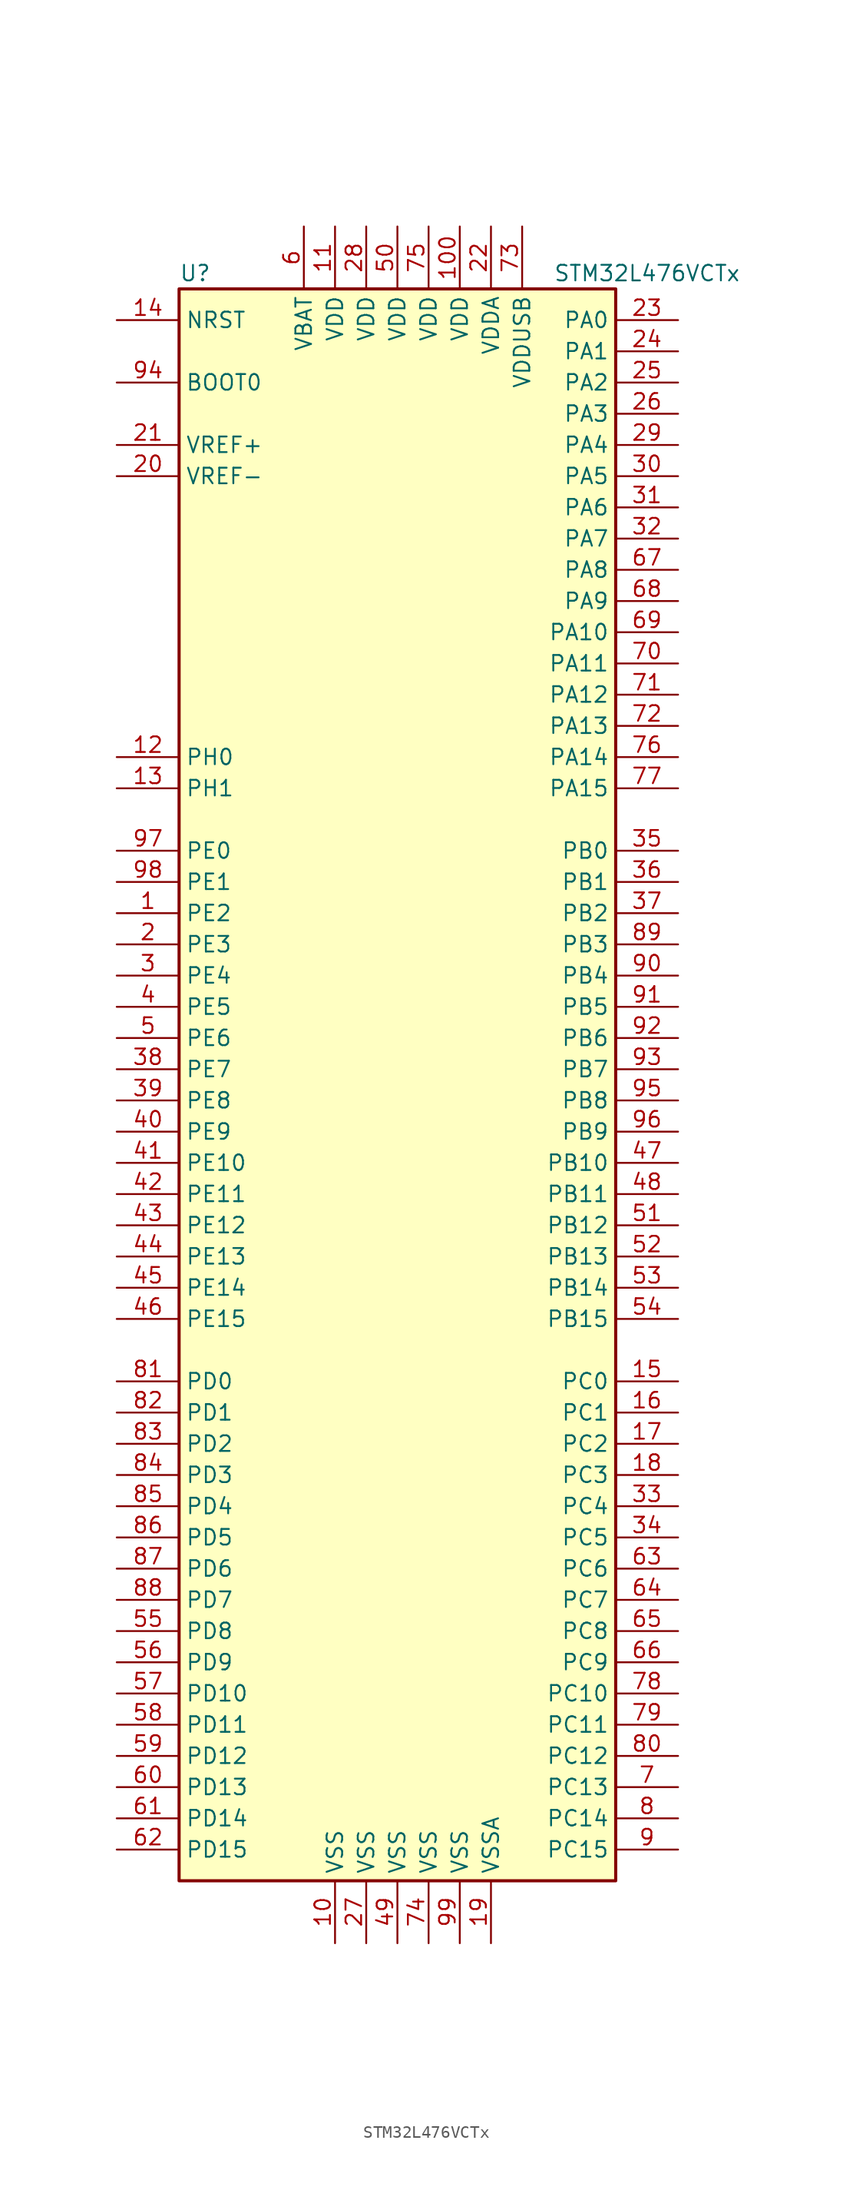
<source format=kicad_sym>
(kicad_symbol_lib
  (version 20211014)
  (generator kicad_symbol_editor)
  (symbol "STM32L476VCTx"
    (property "Reference" "U"
      (at -17.78 64.77 0)
      (effects (font (size 1.27 1.27)) (justify left)))
    (property "Value" "STM32L476VCTx"
      (at 12.7 64.77 0)
      (effects (font (size 1.27 1.27)) (justify left)))
    (symbol "STM32L476VCTx_0_1"
      (rectangle (start -17.78 -66.04) (end 17.78 63.5) (stroke (width 0.254) (type default) (color 0 0 0 0)) (fill (type background))))
    (symbol "STM32L476VCTx_1_1"
      (pin bidirectional line (at -22.86 12.7 0) (length 5.08) (name "PE2" (effects (font (size 1.27 1.27)))) (number "1" (effects (font (size 1.27 1.27)))))
      (pin power_in line (at -5.08 -71.12 90) (length 5.08) (name "VSS" (effects (font (size 1.27 1.27)))) (number "10" (effects (font (size 1.27 1.27)))))
      (pin power_in line (at 5.08 68.58 270) (length 5.08) (name "VDD" (effects (font (size 1.27 1.27)))) (number "100" (effects (font (size 1.27 1.27)))))
      (pin power_in line (at -5.08 68.58 270) (length 5.08) (name "VDD" (effects (font (size 1.27 1.27)))) (number "11" (effects (font (size 1.27 1.27)))))
      (pin input line (at -22.86 25.4 0) (length 5.08) (name "PH0" (effects (font (size 1.27 1.27)))) (number "12" (effects (font (size 1.27 1.27)))))
      (pin input line (at -22.86 22.86 0) (length 5.08) (name "PH1" (effects (font (size 1.27 1.27)))) (number "13" (effects (font (size 1.27 1.27)))))
      (pin input line (at -22.86 60.96 0) (length 5.08) (name "NRST" (effects (font (size 1.27 1.27)))) (number "14" (effects (font (size 1.27 1.27)))))
      (pin bidirectional line (at 22.86 -25.4 180) (length 5.08) (name "PC0" (effects (font (size 1.27 1.27)))) (number "15" (effects (font (size 1.27 1.27)))))
      (pin bidirectional line (at 22.86 -27.94 180) (length 5.08) (name "PC1" (effects (font (size 1.27 1.27)))) (number "16" (effects (font (size 1.27 1.27)))))
      (pin bidirectional line (at 22.86 -30.48 180) (length 5.08) (name "PC2" (effects (font (size 1.27 1.27)))) (number "17" (effects (font (size 1.27 1.27)))))
      (pin bidirectional line (at 22.86 -33.02 180) (length 5.08) (name "PC3" (effects (font (size 1.27 1.27)))) (number "18" (effects (font (size 1.27 1.27)))))
      (pin power_in line (at 7.62 -71.12 90) (length 5.08) (name "VSSA" (effects (font (size 1.27 1.27)))) (number "19" (effects (font (size 1.27 1.27)))))
      (pin bidirectional line (at -22.86 10.16 0) (length 5.08) (name "PE3" (effects (font (size 1.27 1.27)))) (number "2" (effects (font (size 1.27 1.27)))))
      (pin power_in line (at -22.86 48.26 0) (length 5.08) (name "VREF-" (effects (font (size 1.27 1.27)))) (number "20" (effects (font (size 1.27 1.27)))))
      (pin bidirectional line (at -22.86 50.8 0) (length 5.08) (name "VREF+" (effects (font (size 1.27 1.27)))) (number "21" (effects (font (size 1.27 1.27)))))
      (pin power_in line (at 7.62 68.58 270) (length 5.08) (name "VDDA" (effects (font (size 1.27 1.27)))) (number "22" (effects (font (size 1.27 1.27)))))
      (pin bidirectional line (at 22.86 60.96 180) (length 5.08) (name "PA0" (effects (font (size 1.27 1.27)))) (number "23" (effects (font (size 1.27 1.27)))))
      (pin bidirectional line (at 22.86 58.42 180) (length 5.08) (name "PA1" (effects (font (size 1.27 1.27)))) (number "24" (effects (font (size 1.27 1.27)))))
      (pin bidirectional line (at 22.86 55.88 180) (length 5.08) (name "PA2" (effects (font (size 1.27 1.27)))) (number "25" (effects (font (size 1.27 1.27)))))
      (pin bidirectional line (at 22.86 53.34 180) (length 5.08) (name "PA3" (effects (font (size 1.27 1.27)))) (number "26" (effects (font (size 1.27 1.27)))))
      (pin power_in line (at -2.54 -71.12 90) (length 5.08) (name "VSS" (effects (font (size 1.27 1.27)))) (number "27" (effects (font (size 1.27 1.27)))))
      (pin power_in line (at -2.54 68.58 270) (length 5.08) (name "VDD" (effects (font (size 1.27 1.27)))) (number "28" (effects (font (size 1.27 1.27)))))
      (pin bidirectional line (at 22.86 50.8 180) (length 5.08) (name "PA4" (effects (font (size 1.27 1.27)))) (number "29" (effects (font (size 1.27 1.27)))))
      (pin bidirectional line (at -22.86 7.62 0) (length 5.08) (name "PE4" (effects (font (size 1.27 1.27)))) (number "3" (effects (font (size 1.27 1.27)))))
      (pin bidirectional line (at 22.86 48.26 180) (length 5.08) (name "PA5" (effects (font (size 1.27 1.27)))) (number "30" (effects (font (size 1.27 1.27)))))
      (pin bidirectional line (at 22.86 45.72 180) (length 5.08) (name "PA6" (effects (font (size 1.27 1.27)))) (number "31" (effects (font (size 1.27 1.27)))))
      (pin bidirectional line (at 22.86 43.18 180) (length 5.08) (name "PA7" (effects (font (size 1.27 1.27)))) (number "32" (effects (font (size 1.27 1.27)))))
      (pin bidirectional line (at 22.86 -35.56 180) (length 5.08) (name "PC4" (effects (font (size 1.27 1.27)))) (number "33" (effects (font (size 1.27 1.27)))))
      (pin bidirectional line (at 22.86 -38.1 180) (length 5.08) (name "PC5" (effects (font (size 1.27 1.27)))) (number "34" (effects (font (size 1.27 1.27)))))
      (pin bidirectional line (at 22.86 17.78 180) (length 5.08) (name "PB0" (effects (font (size 1.27 1.27)))) (number "35" (effects (font (size 1.27 1.27)))))
      (pin bidirectional line (at 22.86 15.24 180) (length 5.08) (name "PB1" (effects (font (size 1.27 1.27)))) (number "36" (effects (font (size 1.27 1.27)))))
      (pin bidirectional line (at 22.86 12.7 180) (length 5.08) (name "PB2" (effects (font (size 1.27 1.27)))) (number "37" (effects (font (size 1.27 1.27)))))
      (pin bidirectional line (at -22.86 0 0) (length 5.08) (name "PE7" (effects (font (size 1.27 1.27)))) (number "38" (effects (font (size 1.27 1.27)))))
      (pin bidirectional line (at -22.86 -2.54 0) (length 5.08) (name "PE8" (effects (font (size 1.27 1.27)))) (number "39" (effects (font (size 1.27 1.27)))))
      (pin bidirectional line (at -22.86 5.08 0) (length 5.08) (name "PE5" (effects (font (size 1.27 1.27)))) (number "4" (effects (font (size 1.27 1.27)))))
      (pin bidirectional line (at -22.86 -5.08 0) (length 5.08) (name "PE9" (effects (font (size 1.27 1.27)))) (number "40" (effects (font (size 1.27 1.27)))))
      (pin bidirectional line (at -22.86 -7.62 0) (length 5.08) (name "PE10" (effects (font (size 1.27 1.27)))) (number "41" (effects (font (size 1.27 1.27)))))
      (pin bidirectional line (at -22.86 -10.16 0) (length 5.08) (name "PE11" (effects (font (size 1.27 1.27)))) (number "42" (effects (font (size 1.27 1.27)))))
      (pin bidirectional line (at -22.86 -12.7 0) (length 5.08) (name "PE12" (effects (font (size 1.27 1.27)))) (number "43" (effects (font (size 1.27 1.27)))))
      (pin bidirectional line (at -22.86 -15.24 0) (length 5.08) (name "PE13" (effects (font (size 1.27 1.27)))) (number "44" (effects (font (size 1.27 1.27)))))
      (pin bidirectional line (at -22.86 -17.78 0) (length 5.08) (name "PE14" (effects (font (size 1.27 1.27)))) (number "45" (effects (font (size 1.27 1.27)))))
      (pin bidirectional line (at -22.86 -20.32 0) (length 5.08) (name "PE15" (effects (font (size 1.27 1.27)))) (number "46" (effects (font (size 1.27 1.27)))))
      (pin bidirectional line (at 22.86 -7.62 180) (length 5.08) (name "PB10" (effects (font (size 1.27 1.27)))) (number "47" (effects (font (size 1.27 1.27)))))
      (pin bidirectional line (at 22.86 -10.16 180) (length 5.08) (name "PB11" (effects (font (size 1.27 1.27)))) (number "48" (effects (font (size 1.27 1.27)))))
      (pin power_in line (at 0 -71.12 90) (length 5.08) (name "VSS" (effects (font (size 1.27 1.27)))) (number "49" (effects (font (size 1.27 1.27)))))
      (pin bidirectional line (at -22.86 2.54 0) (length 5.08) (name "PE6" (effects (font (size 1.27 1.27)))) (number "5" (effects (font (size 1.27 1.27)))))
      (pin power_in line (at 0 68.58 270) (length 5.08) (name "VDD" (effects (font (size 1.27 1.27)))) (number "50" (effects (font (size 1.27 1.27)))))
      (pin bidirectional line (at 22.86 -12.7 180) (length 5.08) (name "PB12" (effects (font (size 1.27 1.27)))) (number "51" (effects (font (size 1.27 1.27)))))
      (pin bidirectional line (at 22.86 -15.24 180) (length 5.08) (name "PB13" (effects (font (size 1.27 1.27)))) (number "52" (effects (font (size 1.27 1.27)))))
      (pin bidirectional line (at 22.86 -17.78 180) (length 5.08) (name "PB14" (effects (font (size 1.27 1.27)))) (number "53" (effects (font (size 1.27 1.27)))))
      (pin bidirectional line (at 22.86 -20.32 180) (length 5.08) (name "PB15" (effects (font (size 1.27 1.27)))) (number "54" (effects (font (size 1.27 1.27)))))
      (pin bidirectional line (at -22.86 -45.72 0) (length 5.08) (name "PD8" (effects (font (size 1.27 1.27)))) (number "55" (effects (font (size 1.27 1.27)))))
      (pin bidirectional line (at -22.86 -48.26 0) (length 5.08) (name "PD9" (effects (font (size 1.27 1.27)))) (number "56" (effects (font (size 1.27 1.27)))))
      (pin bidirectional line (at -22.86 -50.8 0) (length 5.08) (name "PD10" (effects (font (size 1.27 1.27)))) (number "57" (effects (font (size 1.27 1.27)))))
      (pin bidirectional line (at -22.86 -53.34 0) (length 5.08) (name "PD11" (effects (font (size 1.27 1.27)))) (number "58" (effects (font (size 1.27 1.27)))))
      (pin bidirectional line (at -22.86 -55.88 0) (length 5.08) (name "PD12" (effects (font (size 1.27 1.27)))) (number "59" (effects (font (size 1.27 1.27)))))
      (pin power_in line (at -7.62 68.58 270) (length 5.08) (name "VBAT" (effects (font (size 1.27 1.27)))) (number "6" (effects (font (size 1.27 1.27)))))
      (pin bidirectional line (at -22.86 -58.42 0) (length 5.08) (name "PD13" (effects (font (size 1.27 1.27)))) (number "60" (effects (font (size 1.27 1.27)))))
      (pin bidirectional line (at -22.86 -60.96 0) (length 5.08) (name "PD14" (effects (font (size 1.27 1.27)))) (number "61" (effects (font (size 1.27 1.27)))))
      (pin bidirectional line (at -22.86 -63.5 0) (length 5.08) (name "PD15" (effects (font (size 1.27 1.27)))) (number "62" (effects (font (size 1.27 1.27)))))
      (pin bidirectional line (at 22.86 -40.64 180) (length 5.08) (name "PC6" (effects (font (size 1.27 1.27)))) (number "63" (effects (font (size 1.27 1.27)))))
      (pin bidirectional line (at 22.86 -43.18 180) (length 5.08) (name "PC7" (effects (font (size 1.27 1.27)))) (number "64" (effects (font (size 1.27 1.27)))))
      (pin bidirectional line (at 22.86 -45.72 180) (length 5.08) (name "PC8" (effects (font (size 1.27 1.27)))) (number "65" (effects (font (size 1.27 1.27)))))
      (pin bidirectional line (at 22.86 -48.26 180) (length 5.08) (name "PC9" (effects (font (size 1.27 1.27)))) (number "66" (effects (font (size 1.27 1.27)))))
      (pin bidirectional line (at 22.86 40.64 180) (length 5.08) (name "PA8" (effects (font (size 1.27 1.27)))) (number "67" (effects (font (size 1.27 1.27)))))
      (pin bidirectional line (at 22.86 38.1 180) (length 5.08) (name "PA9" (effects (font (size 1.27 1.27)))) (number "68" (effects (font (size 1.27 1.27)))))
      (pin bidirectional line (at 22.86 35.56 180) (length 5.08) (name "PA10" (effects (font (size 1.27 1.27)))) (number "69" (effects (font (size 1.27 1.27)))))
      (pin bidirectional line (at 22.86 -58.42 180) (length 5.08) (name "PC13" (effects (font (size 1.27 1.27)))) (number "7" (effects (font (size 1.27 1.27)))))
      (pin bidirectional line (at 22.86 33.02 180) (length 5.08) (name "PA11" (effects (font (size 1.27 1.27)))) (number "70" (effects (font (size 1.27 1.27)))))
      (pin bidirectional line (at 22.86 30.48 180) (length 5.08) (name "PA12" (effects (font (size 1.27 1.27)))) (number "71" (effects (font (size 1.27 1.27)))))
      (pin bidirectional line (at 22.86 27.94 180) (length 5.08) (name "PA13" (effects (font (size 1.27 1.27)))) (number "72" (effects (font (size 1.27 1.27)))))
      (pin power_in line (at 10.16 68.58 270) (length 5.08) (name "VDDUSB" (effects (font (size 1.27 1.27)))) (number "73" (effects (font (size 1.27 1.27)))))
      (pin power_in line (at 2.54 -71.12 90) (length 5.08) (name "VSS" (effects (font (size 1.27 1.27)))) (number "74" (effects (font (size 1.27 1.27)))))
      (pin power_in line (at 2.54 68.58 270) (length 5.08) (name "VDD" (effects (font (size 1.27 1.27)))) (number "75" (effects (font (size 1.27 1.27)))))
      (pin bidirectional line (at 22.86 25.4 180) (length 5.08) (name "PA14" (effects (font (size 1.27 1.27)))) (number "76" (effects (font (size 1.27 1.27)))))
      (pin bidirectional line (at 22.86 22.86 180) (length 5.08) (name "PA15" (effects (font (size 1.27 1.27)))) (number "77" (effects (font (size 1.27 1.27)))))
      (pin bidirectional line (at 22.86 -50.8 180) (length 5.08) (name "PC10" (effects (font (size 1.27 1.27)))) (number "78" (effects (font (size 1.27 1.27)))))
      (pin bidirectional line (at 22.86 -53.34 180) (length 5.08) (name "PC11" (effects (font (size 1.27 1.27)))) (number "79" (effects (font (size 1.27 1.27)))))
      (pin bidirectional line (at 22.86 -60.96 180) (length 5.08) (name "PC14" (effects (font (size 1.27 1.27)))) (number "8" (effects (font (size 1.27 1.27)))))
      (pin bidirectional line (at 22.86 -55.88 180) (length 5.08) (name "PC12" (effects (font (size 1.27 1.27)))) (number "80" (effects (font (size 1.27 1.27)))))
      (pin bidirectional line (at -22.86 -25.4 0) (length 5.08) (name "PD0" (effects (font (size 1.27 1.27)))) (number "81" (effects (font (size 1.27 1.27)))))
      (pin bidirectional line (at -22.86 -27.94 0) (length 5.08) (name "PD1" (effects (font (size 1.27 1.27)))) (number "82" (effects (font (size 1.27 1.27)))))
      (pin bidirectional line (at -22.86 -30.48 0) (length 5.08) (name "PD2" (effects (font (size 1.27 1.27)))) (number "83" (effects (font (size 1.27 1.27)))))
      (pin bidirectional line (at -22.86 -33.02 0) (length 5.08) (name "PD3" (effects (font (size 1.27 1.27)))) (number "84" (effects (font (size 1.27 1.27)))))
      (pin bidirectional line (at -22.86 -35.56 0) (length 5.08) (name "PD4" (effects (font (size 1.27 1.27)))) (number "85" (effects (font (size 1.27 1.27)))))
      (pin bidirectional line (at -22.86 -38.1 0) (length 5.08) (name "PD5" (effects (font (size 1.27 1.27)))) (number "86" (effects (font (size 1.27 1.27)))))
      (pin bidirectional line (at -22.86 -40.64 0) (length 5.08) (name "PD6" (effects (font (size 1.27 1.27)))) (number "87" (effects (font (size 1.27 1.27)))))
      (pin bidirectional line (at -22.86 -43.18 0) (length 5.08) (name "PD7" (effects (font (size 1.27 1.27)))) (number "88" (effects (font (size 1.27 1.27)))))
      (pin bidirectional line (at 22.86 10.16 180) (length 5.08) (name "PB3" (effects (font (size 1.27 1.27)))) (number "89" (effects (font (size 1.27 1.27)))))
      (pin bidirectional line (at 22.86 -63.5 180) (length 5.08) (name "PC15" (effects (font (size 1.27 1.27)))) (number "9" (effects (font (size 1.27 1.27)))))
      (pin bidirectional line (at 22.86 7.62 180) (length 5.08) (name "PB4" (effects (font (size 1.27 1.27)))) (number "90" (effects (font (size 1.27 1.27)))))
      (pin bidirectional line (at 22.86 5.08 180) (length 5.08) (name "PB5" (effects (font (size 1.27 1.27)))) (number "91" (effects (font (size 1.27 1.27)))))
      (pin bidirectional line (at 22.86 2.54 180) (length 5.08) (name "PB6" (effects (font (size 1.27 1.27)))) (number "92" (effects (font (size 1.27 1.27)))))
      (pin bidirectional line (at 22.86 0 180) (length 5.08) (name "PB7" (effects (font (size 1.27 1.27)))) (number "93" (effects (font (size 1.27 1.27)))))
      (pin input line (at -22.86 55.88 0) (length 5.08) (name "BOOT0" (effects (font (size 1.27 1.27)))) (number "94" (effects (font (size 1.27 1.27)))))
      (pin bidirectional line (at 22.86 -2.54 180) (length 5.08) (name "PB8" (effects (font (size 1.27 1.27)))) (number "95" (effects (font (size 1.27 1.27)))))
      (pin bidirectional line (at 22.86 -5.08 180) (length 5.08) (name "PB9" (effects (font (size 1.27 1.27)))) (number "96" (effects (font (size 1.27 1.27)))))
      (pin bidirectional line (at -22.86 17.78 0) (length 5.08) (name "PE0" (effects (font (size 1.27 1.27)))) (number "97" (effects (font (size 1.27 1.27)))))
      (pin bidirectional line (at -22.86 15.24 0) (length 5.08) (name "PE1" (effects (font (size 1.27 1.27)))) (number "98" (effects (font (size 1.27 1.27)))))
      (pin power_in line (at 5.08 -71.12 90) (length 5.08) (name "VSS" (effects (font (size 1.27 1.27)))) (number "99" (effects (font (size 1.27 1.27))))))))
</source>
